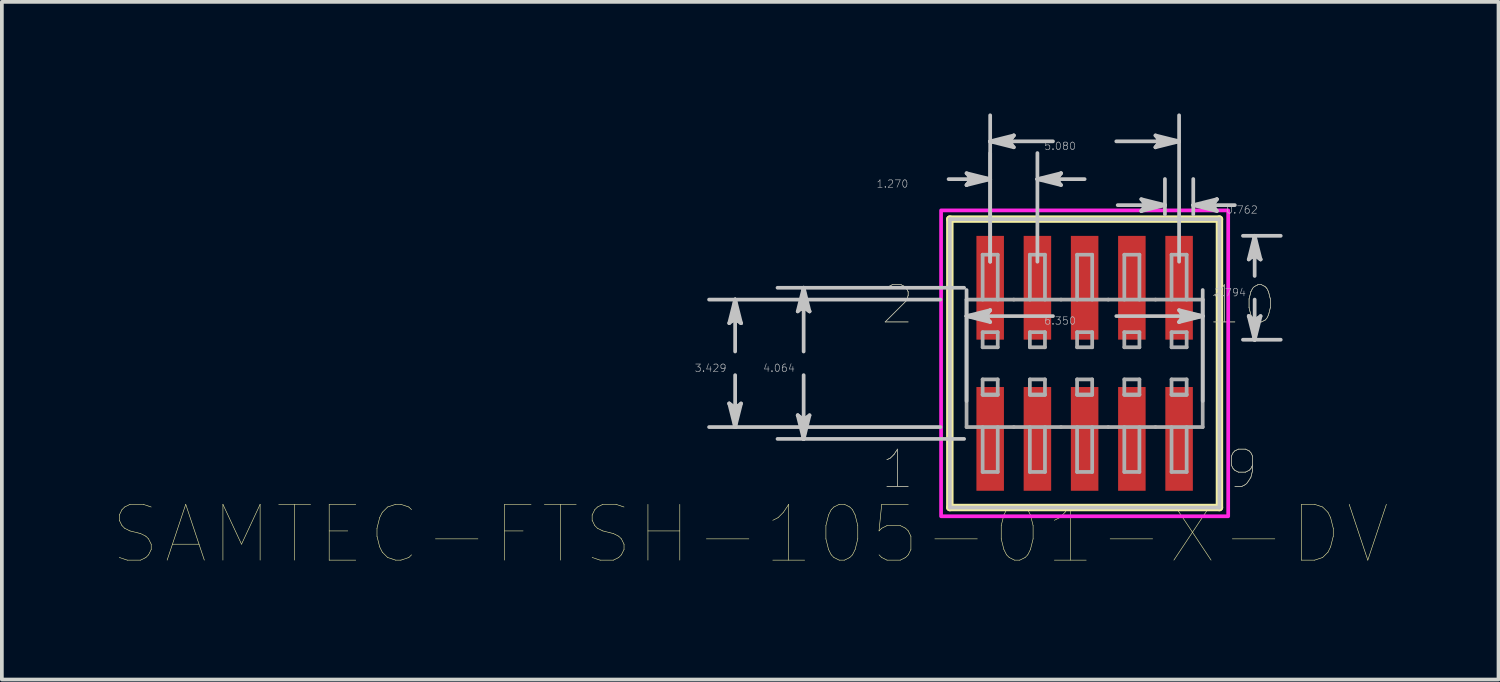
<source format=kicad_pcb>
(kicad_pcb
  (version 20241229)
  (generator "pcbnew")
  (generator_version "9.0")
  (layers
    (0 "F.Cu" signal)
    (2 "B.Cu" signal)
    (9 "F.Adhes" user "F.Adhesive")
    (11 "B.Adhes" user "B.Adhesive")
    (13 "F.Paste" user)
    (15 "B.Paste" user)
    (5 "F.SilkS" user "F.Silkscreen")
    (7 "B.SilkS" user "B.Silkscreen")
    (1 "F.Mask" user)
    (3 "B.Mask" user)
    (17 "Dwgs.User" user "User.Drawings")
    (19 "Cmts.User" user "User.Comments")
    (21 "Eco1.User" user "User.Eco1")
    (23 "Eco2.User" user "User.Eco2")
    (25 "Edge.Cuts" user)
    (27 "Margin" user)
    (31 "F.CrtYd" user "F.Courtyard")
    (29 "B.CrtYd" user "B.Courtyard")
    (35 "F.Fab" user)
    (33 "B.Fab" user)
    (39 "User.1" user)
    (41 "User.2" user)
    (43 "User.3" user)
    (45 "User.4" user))
  (footprint "SAMTEC-FTSH-105-01-X-DV"
    (layer "F.Cu")
    (at 26.116 6.72)
    (property "Reference" "SAMTEC-FTSH-105-01-X-DV" (at -8.993 4.599 0) (layer "F.SilkS") (effects (font (size 1.5 1.5) (thickness 0.015))))
    (attr through_hole)
    (fp_poly (pts (xy -2.961 -3.478) (xy -2.119 -3.478) (xy -2.119 -0.586) (xy -2.961 -0.586)) (stroke (width 0.01) (type solid)) (fill yes) (layer "F.Mask"))
    (fp_poly (pts (xy -2.961 0.586) (xy -2.119 0.586) (xy -2.119 3.478) (xy -2.961 3.478)) (stroke (width 0.01) (type solid)) (fill yes) (layer "F.Mask"))
    (fp_poly (pts (xy -1.691 -3.478) (xy -0.849 -3.478) (xy -0.849 -0.586) (xy -1.691 -0.586)) (stroke (width 0.01) (type solid)) (fill yes) (layer "F.Mask"))
    (fp_poly (pts (xy -1.691 0.586) (xy -0.849 0.586) (xy -0.849 3.478) (xy -1.691 3.478)) (stroke (width 0.01) (type solid)) (fill yes) (layer "F.Mask"))
    (fp_poly (pts (xy -0.421 -3.478) (xy 0.421 -3.478) (xy 0.421 -0.586) (xy -0.421 -0.586)) (stroke (width 0.01) (type solid)) (fill yes) (layer "F.Mask"))
    (fp_poly (pts (xy -0.421 0.586) (xy 0.421 0.586) (xy 0.421 3.478) (xy -0.421 3.478)) (stroke (width 0.01) (type solid)) (fill yes) (layer "F.Mask"))
    (fp_poly (pts (xy 0.849 -3.478) (xy 1.691 -3.478) (xy 1.691 -0.586) (xy 0.849 -0.586)) (stroke (width 0.01) (type solid)) (fill yes) (layer "F.Mask"))
    (fp_poly (pts (xy 0.849 0.586) (xy 1.691 0.586) (xy 1.691 3.478) (xy 0.849 3.478)) (stroke (width 0.01) (type solid)) (fill yes) (layer "F.Mask"))
    (fp_poly (pts (xy 2.119 -3.478) (xy 2.961 -3.478) (xy 2.961 -0.586) (xy 2.119 -0.586)) (stroke (width 0.01) (type solid)) (fill yes) (layer "F.Mask"))
    (fp_poly (pts (xy 2.119 0.586) (xy 2.961 0.586) (xy 2.961 3.478) (xy 2.119 3.478)) (stroke (width 0.01) (type solid)) (fill yes) (layer "F.Mask"))
    (fp_line (start -3.625 -3.878) (end -3.625 3.878) (stroke (width 0.2) (type solid)) (layer "F.SilkS"))
    (fp_line (start -3.625 3.878) (end 3.625 3.878) (stroke (width 0.2) (type solid)) (layer "F.SilkS"))
    (fp_line (start 3.625 -3.878) (end -3.625 -3.878) (stroke (width 0.2) (type solid)) (layer "F.SilkS"))
    (fp_line (start 3.625 3.878) (end 3.625 -3.878) (stroke (width 0.2) (type solid)) (layer "F.SilkS"))
    (fp_poly (pts (xy -2.91 -3.427) (xy -2.17 -3.427) (xy -2.17 -0.637) (xy -2.91 -0.637)) (stroke (width 0.01) (type solid)) (fill yes) (layer "F.Paste"))
    (fp_poly (pts (xy -2.91 0.637) (xy -2.17 0.637) (xy -2.17 3.427) (xy -2.91 3.427)) (stroke (width 0.01) (type solid)) (fill yes) (layer "F.Paste"))
    (fp_poly (pts (xy -1.64 -3.427) (xy -0.9 -3.427) (xy -0.9 -0.637) (xy -1.64 -0.637)) (stroke (width 0.01) (type solid)) (fill yes) (layer "F.Paste"))
    (fp_poly (pts (xy -1.64 0.637) (xy -0.9 0.637) (xy -0.9 3.427) (xy -1.64 3.427)) (stroke (width 0.01) (type solid)) (fill yes) (layer "F.Paste"))
    (fp_poly (pts (xy -0.37 -3.427) (xy 0.37 -3.427) (xy 0.37 -0.637) (xy -0.37 -0.637)) (stroke (width 0.01) (type solid)) (fill yes) (layer "F.Paste"))
    (fp_poly (pts (xy -0.37 0.637) (xy 0.37 0.637) (xy 0.37 3.427) (xy -0.37 3.427)) (stroke (width 0.01) (type solid)) (fill yes) (layer "F.Paste"))
    (fp_poly (pts (xy 0.9 -3.427) (xy 1.64 -3.427) (xy 1.64 -0.637) (xy 0.9 -0.637)) (stroke (width 0.01) (type solid)) (fill yes) (layer "F.Paste"))
    (fp_poly (pts (xy 0.9 0.637) (xy 1.64 0.637) (xy 1.64 3.427) (xy 0.9 3.427)) (stroke (width 0.01) (type solid)) (fill yes) (layer "F.Paste"))
    (fp_poly (pts (xy 2.17 -3.427) (xy 2.91 -3.427) (xy 2.91 -0.637) (xy 2.17 -0.637)) (stroke (width 0.01) (type solid)) (fill yes) (layer "F.Paste"))
    (fp_poly (pts (xy 2.17 0.637) (xy 2.91 0.637) (xy 2.91 3.427) (xy 2.17 3.427)) (stroke (width 0.01) (type solid)) (fill yes) (layer "F.Paste"))
    (fp_line (start -9.557 -1.08) (end -9.398 -1.206) (stroke (width 0.1) (type solid)) (layer "Dwgs.User"))
    (fp_line (start -9.557 1.08) (end -9.398 1.714) (stroke (width 0.1) (type solid)) (layer "Dwgs.User"))
    (fp_line (start -9.477 -1.143) (end -9.398 -1.206) (stroke (width 0.1) (type solid)) (layer "Dwgs.User"))
    (fp_line (start -9.477 1.143) (end -9.557 1.08) (stroke (width 0.1) (type solid)) (layer "Dwgs.User"))
    (fp_line (start -9.398 -1.714) (end -9.557 -1.08) (stroke (width 0.1) (type solid)) (layer "Dwgs.User"))
    (fp_line (start -9.398 -1.714) (end -9.477 -1.143) (stroke (width 0.1) (type solid)) (layer "Dwgs.User"))
    (fp_line (start -9.398 -1.714) (end -9.319 -1.143) (stroke (width 0.1) (type solid)) (layer "Dwgs.User"))
    (fp_line (start -9.398 -1.206) (end -9.398 -1.714) (stroke (width 0.1) (type solid)) (layer "Dwgs.User"))
    (fp_line (start -9.398 -1.206) (end -9.239 -1.08) (stroke (width 0.1) (type solid)) (layer "Dwgs.User"))
    (fp_line (start -9.398 -0.318) (end -9.398 -1.714) (stroke (width 0.1) (type solid)) (layer "Dwgs.User"))
    (fp_line (start -9.398 0.318) (end -9.398 1.714) (stroke (width 0.1) (type solid)) (layer "Dwgs.User"))
    (fp_line (start -9.398 1.206) (end -9.557 1.08) (stroke (width 0.1) (type solid)) (layer "Dwgs.User"))
    (fp_line (start -9.398 1.206) (end -9.398 1.714) (stroke (width 0.1) (type solid)) (layer "Dwgs.User"))
    (fp_line (start -9.398 1.714) (end -9.477 1.143) (stroke (width 0.1) (type solid)) (layer "Dwgs.User"))
    (fp_line (start -9.398 1.714) (end -9.319 1.143) (stroke (width 0.1) (type solid)) (layer "Dwgs.User"))
    (fp_line (start -9.398 1.714) (end -9.239 1.08) (stroke (width 0.1) (type solid)) (layer "Dwgs.User"))
    (fp_line (start -9.319 -1.143) (end -9.239 -1.08) (stroke (width 0.1) (type solid)) (layer "Dwgs.User"))
    (fp_line (start -9.319 1.143) (end -9.398 1.206) (stroke (width 0.1) (type solid)) (layer "Dwgs.User"))
    (fp_line (start -9.239 -1.08) (end -9.398 -1.714) (stroke (width 0.1) (type solid)) (layer "Dwgs.User"))
    (fp_line (start -9.239 1.08) (end -9.398 1.206) (stroke (width 0.1) (type solid)) (layer "Dwgs.User"))
    (fp_line (start -7.715 -1.397) (end -7.556 -1.524) (stroke (width 0.1) (type solid)) (layer "Dwgs.User"))
    (fp_line (start -7.715 1.397) (end -7.556 2.032) (stroke (width 0.1) (type solid)) (layer "Dwgs.User"))
    (fp_line (start -7.636 -1.46) (end -7.556 -1.524) (stroke (width 0.1) (type solid)) (layer "Dwgs.User"))
    (fp_line (start -7.636 1.46) (end -7.715 1.397) (stroke (width 0.1) (type solid)) (layer "Dwgs.User"))
    (fp_line (start -7.556 -2.032) (end -7.715 -1.397) (stroke (width 0.1) (type solid)) (layer "Dwgs.User"))
    (fp_line (start -7.556 -2.032) (end -7.636 -1.46) (stroke (width 0.1) (type solid)) (layer "Dwgs.User"))
    (fp_line (start -7.556 -2.032) (end -7.477 -1.46) (stroke (width 0.1) (type solid)) (layer "Dwgs.User"))
    (fp_line (start -7.556 -1.524) (end -7.556 -2.032) (stroke (width 0.1) (type solid)) (layer "Dwgs.User"))
    (fp_line (start -7.556 -1.524) (end -7.398 -1.397) (stroke (width 0.1) (type solid)) (layer "Dwgs.User"))
    (fp_line (start -7.556 -0.318) (end -7.556 -2.032) (stroke (width 0.1) (type solid)) (layer "Dwgs.User"))
    (fp_line (start -7.556 0.318) (end -7.556 2.032) (stroke (width 0.1) (type solid)) (layer "Dwgs.User"))
    (fp_line (start -7.556 1.524) (end -7.715 1.397) (stroke (width 0.1) (type solid)) (layer "Dwgs.User"))
    (fp_line (start -7.556 1.524) (end -7.556 2.032) (stroke (width 0.1) (type solid)) (layer "Dwgs.User"))
    (fp_line (start -7.556 2.032) (end -7.636 1.46) (stroke (width 0.1) (type solid)) (layer "Dwgs.User"))
    (fp_line (start -7.556 2.032) (end -7.477 1.46) (stroke (width 0.1) (type solid)) (layer "Dwgs.User"))
    (fp_line (start -7.556 2.032) (end -7.398 1.397) (stroke (width 0.1) (type solid)) (layer "Dwgs.User"))
    (fp_line (start -7.477 -1.46) (end -7.398 -1.397) (stroke (width 0.1) (type solid)) (layer "Dwgs.User"))
    (fp_line (start -7.477 1.46) (end -7.556 1.524) (stroke (width 0.1) (type solid)) (layer "Dwgs.User"))
    (fp_line (start -7.398 -1.397) (end -7.556 -2.032) (stroke (width 0.1) (type solid)) (layer "Dwgs.User"))
    (fp_line (start -7.398 1.397) (end -7.556 1.524) (stroke (width 0.1) (type solid)) (layer "Dwgs.User"))
    (fp_line (start -3.876 -1.714) (end -10.099 -1.714) (stroke (width 0.1) (type solid)) (layer "Dwgs.User"))
    (fp_line (start -3.876 1.714) (end -10.099 1.714) (stroke (width 0.1) (type solid)) (layer "Dwgs.User"))
    (fp_line (start -3.658 -4.953) (end -2.54 -4.953) (stroke (width 0.1) (type solid)) (layer "Dwgs.User"))
    (fp_line (start -3.625 -3.878) (end -3.625 3.878) (stroke (width 0.1) (type solid)) (layer "Dwgs.User"))
    (fp_line (start -3.625 3.878) (end 3.625 3.878) (stroke (width 0.1) (type solid)) (layer "Dwgs.User"))
    (fp_line (start -3.241 -2.032) (end -8.258 -2.032) (stroke (width 0.1) (type solid)) (layer "Dwgs.User"))
    (fp_line (start -3.241 2.032) (end -8.258 2.032) (stroke (width 0.1) (type solid)) (layer "Dwgs.User"))
    (fp_line (start -3.175 -5.112) (end -3.048 -4.953) (stroke (width 0.1) (type solid)) (layer "Dwgs.User"))
    (fp_line (start -3.175 -4.794) (end -2.54 -4.953) (stroke (width 0.1) (type solid)) (layer "Dwgs.User"))
    (fp_line (start -3.175 -1.27) (end -2.604 -1.349) (stroke (width 0.1) (type solid)) (layer "Dwgs.User"))
    (fp_line (start -3.175 -1.27) (end -2.604 -1.191) (stroke (width 0.1) (type solid)) (layer "Dwgs.User"))
    (fp_line (start -3.175 -1.27) (end -2.54 -1.111) (stroke (width 0.1) (type solid)) (layer "Dwgs.User"))
    (fp_line (start -3.175 1.013) (end -3.175 -1.971) (stroke (width 0.1) (type solid)) (layer "Dwgs.User"))
    (fp_line (start -3.112 -5.032) (end -3.048 -4.953) (stroke (width 0.1) (type solid)) (layer "Dwgs.User"))
    (fp_line (start -3.112 -4.874) (end -3.175 -4.794) (stroke (width 0.1) (type solid)) (layer "Dwgs.User"))
    (fp_line (start -3.048 -4.953) (end -3.175 -4.794) (stroke (width 0.1) (type solid)) (layer "Dwgs.User"))
    (fp_line (start -3.048 -4.953) (end -2.54 -4.953) (stroke (width 0.1) (type solid)) (layer "Dwgs.User"))
    (fp_line (start -2.667 -1.27) (end -3.175 -1.27) (stroke (width 0.1) (type solid)) (layer "Dwgs.User"))
    (fp_line (start -2.667 -1.27) (end -2.54 -1.429) (stroke (width 0.1) (type solid)) (layer "Dwgs.User"))
    (fp_line (start -2.604 -1.349) (end -2.54 -1.429) (stroke (width 0.1) (type solid)) (layer "Dwgs.User"))
    (fp_line (start -2.604 -1.191) (end -2.667 -1.27) (stroke (width 0.1) (type solid)) (layer "Dwgs.User"))
    (fp_line (start -2.54 -5.969) (end -1.968 -6.048) (stroke (width 0.1) (type solid)) (layer "Dwgs.User"))
    (fp_line (start -2.54 -5.969) (end -1.968 -5.89) (stroke (width 0.1) (type solid)) (layer "Dwgs.User"))
    (fp_line (start -2.54 -5.969) (end -1.905 -5.81) (stroke (width 0.1) (type solid)) (layer "Dwgs.User"))
    (fp_line (start -2.54 -4.953) (end -3.175 -5.112) (stroke (width 0.1) (type solid)) (layer "Dwgs.User"))
    (fp_line (start -2.54 -4.953) (end -3.112 -5.032) (stroke (width 0.1) (type solid)) (layer "Dwgs.User"))
    (fp_line (start -2.54 -4.953) (end -3.112 -4.874) (stroke (width 0.1) (type solid)) (layer "Dwgs.User"))
    (fp_line (start -2.54 -2.733) (end -2.54 -6.67) (stroke (width 0.1) (type solid)) (layer "Dwgs.User"))
    (fp_line (start -2.54 -2.733) (end -2.54 -5.654) (stroke (width 0.1) (type solid)) (layer "Dwgs.User"))
    (fp_line (start -2.54 -1.429) (end -3.175 -1.27) (stroke (width 0.1) (type solid)) (layer "Dwgs.User"))
    (fp_line (start -2.54 -1.111) (end -2.667 -1.27) (stroke (width 0.1) (type solid)) (layer "Dwgs.User"))
    (fp_line (start -2.032 -5.969) (end -2.54 -5.969) (stroke (width 0.1) (type solid)) (layer "Dwgs.User"))
    (fp_line (start -2.032 -5.969) (end -1.905 -6.128) (stroke (width 0.1) (type solid)) (layer "Dwgs.User"))
    (fp_line (start -1.968 -6.048) (end -1.905 -6.128) (stroke (width 0.1) (type solid)) (layer "Dwgs.User"))
    (fp_line (start -1.968 -5.89) (end -2.032 -5.969) (stroke (width 0.1) (type solid)) (layer "Dwgs.User"))
    (fp_line (start -1.905 -6.128) (end -2.54 -5.969) (stroke (width 0.1) (type solid)) (layer "Dwgs.User"))
    (fp_line (start -1.905 -5.81) (end -2.032 -5.969) (stroke (width 0.1) (type solid)) (layer "Dwgs.User"))
    (fp_line (start -1.27 -4.953) (end -0.698 -5.032) (stroke (width 0.1) (type solid)) (layer "Dwgs.User"))
    (fp_line (start -1.27 -4.953) (end -0.698 -4.874) (stroke (width 0.1) (type solid)) (layer "Dwgs.User"))
    (fp_line (start -1.27 -4.953) (end -0.635 -4.794) (stroke (width 0.1) (type solid)) (layer "Dwgs.User"))
    (fp_line (start -1.27 -2.733) (end -1.27 -5.654) (stroke (width 0.1) (type solid)) (layer "Dwgs.User"))
    (fp_line (start -0.851 -5.969) (end -2.54 -5.969) (stroke (width 0.1) (type solid)) (layer "Dwgs.User"))
    (fp_line (start -0.851 -1.27) (end -3.175 -1.27) (stroke (width 0.1) (type solid)) (layer "Dwgs.User"))
    (fp_line (start -0.762 -4.953) (end -1.27 -4.953) (stroke (width 0.1) (type solid)) (layer "Dwgs.User"))
    (fp_line (start -0.762 -4.953) (end -0.635 -5.112) (stroke (width 0.1) (type solid)) (layer "Dwgs.User"))
    (fp_line (start -0.698 -5.032) (end -0.635 -5.112) (stroke (width 0.1) (type solid)) (layer "Dwgs.User"))
    (fp_line (start -0.698 -4.874) (end -0.762 -4.953) (stroke (width 0.1) (type solid)) (layer "Dwgs.User"))
    (fp_line (start -0.635 -5.112) (end -1.27 -4.953) (stroke (width 0.1) (type solid)) (layer "Dwgs.User"))
    (fp_line (start -0.635 -4.794) (end -0.762 -4.953) (stroke (width 0.1) (type solid)) (layer "Dwgs.User"))
    (fp_line (start 0 -4.953) (end -1.27 -4.953) (stroke (width 0.1) (type solid)) (layer "Dwgs.User"))
    (fp_line (start 0.851 -5.969) (end 2.54 -5.969) (stroke (width 0.1) (type solid)) (layer "Dwgs.User"))
    (fp_line (start 0.851 -1.27) (end 3.175 -1.27) (stroke (width 0.1) (type solid)) (layer "Dwgs.User"))
    (fp_line (start 0.889 -4.254) (end 2.159 -4.254) (stroke (width 0.1) (type solid)) (layer "Dwgs.User"))
    (fp_line (start 1.524 -4.413) (end 1.651 -4.254) (stroke (width 0.1) (type solid)) (layer "Dwgs.User"))
    (fp_line (start 1.524 -4.096) (end 2.159 -4.254) (stroke (width 0.1) (type solid)) (layer "Dwgs.User"))
    (fp_line (start 1.588 -4.334) (end 1.651 -4.254) (stroke (width 0.1) (type solid)) (layer "Dwgs.User"))
    (fp_line (start 1.588 -4.175) (end 1.524 -4.096) (stroke (width 0.1) (type solid)) (layer "Dwgs.User"))
    (fp_line (start 1.651 -4.254) (end 1.524 -4.096) (stroke (width 0.1) (type solid)) (layer "Dwgs.User"))
    (fp_line (start 1.651 -4.254) (end 2.159 -4.254) (stroke (width 0.1) (type solid)) (layer "Dwgs.User"))
    (fp_line (start 1.905 -6.128) (end 2.032 -5.969) (stroke (width 0.1) (type solid)) (layer "Dwgs.User"))
    (fp_line (start 1.905 -5.81) (end 2.54 -5.969) (stroke (width 0.1) (type solid)) (layer "Dwgs.User"))
    (fp_line (start 1.968 -6.048) (end 2.032 -5.969) (stroke (width 0.1) (type solid)) (layer "Dwgs.User"))
    (fp_line (start 1.968 -5.89) (end 1.905 -5.81) (stroke (width 0.1) (type solid)) (layer "Dwgs.User"))
    (fp_line (start 2.032 -5.969) (end 1.905 -5.81) (stroke (width 0.1) (type solid)) (layer "Dwgs.User"))
    (fp_line (start 2.032 -5.969) (end 2.54 -5.969) (stroke (width 0.1) (type solid)) (layer "Dwgs.User"))
    (fp_line (start 2.159 -4.254) (end 1.524 -4.413) (stroke (width 0.1) (type solid)) (layer "Dwgs.User"))
    (fp_line (start 2.159 -4.254) (end 1.588 -4.334) (stroke (width 0.1) (type solid)) (layer "Dwgs.User"))
    (fp_line (start 2.159 -4.254) (end 1.588 -4.175) (stroke (width 0.1) (type solid)) (layer "Dwgs.User"))
    (fp_line (start 2.159 -4.003) (end 2.159 -4.956) (stroke (width 0.1) (type solid)) (layer "Dwgs.User"))
    (fp_line (start 2.54 -5.969) (end 1.905 -6.128) (stroke (width 0.1) (type solid)) (layer "Dwgs.User"))
    (fp_line (start 2.54 -5.969) (end 1.968 -6.048) (stroke (width 0.1) (type solid)) (layer "Dwgs.User"))
    (fp_line (start 2.54 -5.969) (end 1.968 -5.89) (stroke (width 0.1) (type solid)) (layer "Dwgs.User"))
    (fp_line (start 2.54 -2.733) (end 2.54 -6.67) (stroke (width 0.1) (type solid)) (layer "Dwgs.User"))
    (fp_line (start 2.54 -1.429) (end 2.667 -1.27) (stroke (width 0.1) (type solid)) (layer "Dwgs.User"))
    (fp_line (start 2.54 -1.111) (end 3.175 -1.27) (stroke (width 0.1) (type solid)) (layer "Dwgs.User"))
    (fp_line (start 2.604 -1.349) (end 2.667 -1.27) (stroke (width 0.1) (type solid)) (layer "Dwgs.User"))
    (fp_line (start 2.604 -1.191) (end 2.54 -1.111) (stroke (width 0.1) (type solid)) (layer "Dwgs.User"))
    (fp_line (start 2.667 -1.27) (end 2.54 -1.111) (stroke (width 0.1) (type solid)) (layer "Dwgs.User"))
    (fp_line (start 2.667 -1.27) (end 3.175 -1.27) (stroke (width 0.1) (type solid)) (layer "Dwgs.User"))
    (fp_line (start 2.921 -4.254) (end 3.492 -4.334) (stroke (width 0.1) (type solid)) (layer "Dwgs.User"))
    (fp_line (start 2.921 -4.254) (end 3.492 -4.175) (stroke (width 0.1) (type solid)) (layer "Dwgs.User"))
    (fp_line (start 2.921 -4.254) (end 3.556 -4.096) (stroke (width 0.1) (type solid)) (layer "Dwgs.User"))
    (fp_line (start 2.921 -4.003) (end 2.921 -4.956) (stroke (width 0.1) (type solid)) (layer "Dwgs.User"))
    (fp_line (start 3.175 -1.27) (end 2.54 -1.429) (stroke (width 0.1) (type solid)) (layer "Dwgs.User"))
    (fp_line (start 3.175 -1.27) (end 2.604 -1.349) (stroke (width 0.1) (type solid)) (layer "Dwgs.User"))
    (fp_line (start 3.175 -1.27) (end 2.604 -1.191) (stroke (width 0.1) (type solid)) (layer "Dwgs.User"))
    (fp_line (start 3.175 1.013) (end 3.175 -1.971) (stroke (width 0.1) (type solid)) (layer "Dwgs.User"))
    (fp_line (start 3.429 -4.254) (end 2.921 -4.254) (stroke (width 0.1) (type solid)) (layer "Dwgs.User"))
    (fp_line (start 3.429 -4.254) (end 3.556 -4.413) (stroke (width 0.1) (type solid)) (layer "Dwgs.User"))
    (fp_line (start 3.492 -4.334) (end 3.556 -4.413) (stroke (width 0.1) (type solid)) (layer "Dwgs.User"))
    (fp_line (start 3.492 -4.175) (end 3.429 -4.254) (stroke (width 0.1) (type solid)) (layer "Dwgs.User"))
    (fp_line (start 3.556 -4.413) (end 2.921 -4.254) (stroke (width 0.1) (type solid)) (layer "Dwgs.User"))
    (fp_line (start 3.556 -4.096) (end 3.429 -4.254) (stroke (width 0.1) (type solid)) (layer "Dwgs.User"))
    (fp_line (start 3.625 -3.878) (end -3.625 -3.878) (stroke (width 0.1) (type solid)) (layer "Dwgs.User"))
    (fp_line (start 3.625 3.878) (end 3.625 -3.878) (stroke (width 0.1) (type solid)) (layer "Dwgs.User"))
    (fp_line (start 4.039 -4.254) (end 2.921 -4.254) (stroke (width 0.1) (type solid)) (layer "Dwgs.User"))
    (fp_line (start 4.257 -3.429) (end 5.273 -3.429) (stroke (width 0.1) (type solid)) (layer "Dwgs.User"))
    (fp_line (start 4.257 -0.635) (end 5.273 -0.635) (stroke (width 0.1) (type solid)) (layer "Dwgs.User"))
    (fp_line (start 4.413 -2.794) (end 4.572 -2.921) (stroke (width 0.1) (type solid)) (layer "Dwgs.User"))
    (fp_line (start 4.413 -1.27) (end 4.572 -0.635) (stroke (width 0.1) (type solid)) (layer "Dwgs.User"))
    (fp_line (start 4.493 -2.858) (end 4.572 -2.921) (stroke (width 0.1) (type solid)) (layer "Dwgs.User"))
    (fp_line (start 4.493 -1.206) (end 4.413 -1.27) (stroke (width 0.1) (type solid)) (layer "Dwgs.User"))
    (fp_line (start 4.572 -3.429) (end 4.413 -2.794) (stroke (width 0.1) (type solid)) (layer "Dwgs.User"))
    (fp_line (start 4.572 -3.429) (end 4.493 -2.858) (stroke (width 0.1) (type solid)) (layer "Dwgs.User"))
    (fp_line (start 4.572 -3.429) (end 4.651 -2.858) (stroke (width 0.1) (type solid)) (layer "Dwgs.User"))
    (fp_line (start 4.572 -2.921) (end 4.572 -3.429) (stroke (width 0.1) (type solid)) (layer "Dwgs.User"))
    (fp_line (start 4.572 -2.921) (end 4.731 -2.794) (stroke (width 0.1) (type solid)) (layer "Dwgs.User"))
    (fp_line (start 4.572 -2.35) (end 4.572 -3.429) (stroke (width 0.1) (type solid)) (layer "Dwgs.User"))
    (fp_line (start 4.572 -1.714) (end 4.572 -0.635) (stroke (width 0.1) (type solid)) (layer "Dwgs.User"))
    (fp_line (start 4.572 -1.143) (end 4.413 -1.27) (stroke (width 0.1) (type solid)) (layer "Dwgs.User"))
    (fp_line (start 4.572 -1.143) (end 4.572 -0.635) (stroke (width 0.1) (type solid)) (layer "Dwgs.User"))
    (fp_line (start 4.572 -0.635) (end 4.493 -1.206) (stroke (width 0.1) (type solid)) (layer "Dwgs.User"))
    (fp_line (start 4.572 -0.635) (end 4.651 -1.206) (stroke (width 0.1) (type solid)) (layer "Dwgs.User"))
    (fp_line (start 4.572 -0.635) (end 4.731 -1.27) (stroke (width 0.1) (type solid)) (layer "Dwgs.User"))
    (fp_line (start 4.651 -2.858) (end 4.731 -2.794) (stroke (width 0.1) (type solid)) (layer "Dwgs.User"))
    (fp_line (start 4.651 -1.206) (end 4.572 -1.143) (stroke (width 0.1) (type solid)) (layer "Dwgs.User"))
    (fp_line (start 4.731 -2.794) (end 4.572 -3.429) (stroke (width 0.1) (type solid)) (layer "Dwgs.User"))
    (fp_line (start 4.731 -1.27) (end 4.572 -1.143) (stroke (width 0.1) (type solid)) (layer "Dwgs.User"))
    (fp_poly (pts (xy -3.86 4.113) (xy -3.86 -4.113) (xy 3.86 -4.113) (xy 3.86 4.113) (xy -3.86 4.113)) (stroke (width 0.1) (type solid)) (fill no) (layer "F.CrtYd"))
    (fp_line (start -3.175 -1.714) (end -3.175 1.714) (stroke (width 0.1) (type solid)) (layer "F.Fab"))
    (fp_line (start -3.175 1.714) (end -1.905 1.714) (stroke (width 0.1) (type solid)) (layer "F.Fab"))
    (fp_line (start -2.743 -1.714) (end -2.743 -2.921) (stroke (width 0.1) (type solid)) (layer "F.Fab"))
    (fp_line (start -2.743 -0.432) (end -2.743 -0.838) (stroke (width 0.1) (type solid)) (layer "F.Fab"))
    (fp_line (start -2.743 0.838) (end -2.743 0.432) (stroke (width 0.1) (type solid)) (layer "F.Fab"))
    (fp_line (start -2.743 0.851) (end -2.337 0.851) (stroke (width 0.1) (type solid)) (layer "F.Fab"))
    (fp_line (start -2.743 2.921) (end -2.743 1.714) (stroke (width 0.1) (type solid)) (layer "F.Fab"))
    (fp_line (start -2.337 -2.921) (end -2.743 -2.921) (stroke (width 0.1) (type solid)) (layer "F.Fab"))
    (fp_line (start -2.337 -2.921) (end -2.337 -1.714) (stroke (width 0.1) (type solid)) (layer "F.Fab"))
    (fp_line (start -2.337 -0.838) (end -2.743 -0.838) (stroke (width 0.1) (type solid)) (layer "F.Fab"))
    (fp_line (start -2.337 -0.432) (end -2.743 -0.432) (stroke (width 0.1) (type solid)) (layer "F.Fab"))
    (fp_line (start -2.337 -0.432) (end -2.337 -0.838) (stroke (width 0.1) (type solid)) (layer "F.Fab"))
    (fp_line (start -2.337 0.432) (end -2.743 0.432) (stroke (width 0.1) (type solid)) (layer "F.Fab"))
    (fp_line (start -2.337 0.838) (end -2.743 0.838) (stroke (width 0.1) (type solid)) (layer "F.Fab"))
    (fp_line (start -2.337 0.838) (end -2.337 0.432) (stroke (width 0.1) (type solid)) (layer "F.Fab"))
    (fp_line (start -2.337 1.714) (end -2.337 2.921) (stroke (width 0.1) (type solid)) (layer "F.Fab"))
    (fp_line (start -2.337 2.921) (end -2.743 2.921) (stroke (width 0.1) (type solid)) (layer "F.Fab"))
    (fp_line (start -1.905 -1.714) (end -3.175 -1.714) (stroke (width 0.1) (type solid)) (layer "F.Fab"))
    (fp_line (start -1.905 1.714) (end -0.635 1.714) (stroke (width 0.1) (type solid)) (layer "F.Fab"))
    (fp_line (start -1.473 -1.714) (end -1.473 -2.921) (stroke (width 0.1) (type solid)) (layer "F.Fab"))
    (fp_line (start -1.473 -0.432) (end -1.473 -0.838) (stroke (width 0.1) (type solid)) (layer "F.Fab"))
    (fp_line (start -1.473 0.838) (end -1.473 0.432) (stroke (width 0.1) (type solid)) (layer "F.Fab"))
    (fp_line (start -1.473 0.851) (end -1.067 0.851) (stroke (width 0.1) (type solid)) (layer "F.Fab"))
    (fp_line (start -1.473 2.921) (end -1.473 1.714) (stroke (width 0.1) (type solid)) (layer "F.Fab"))
    (fp_line (start -1.067 -2.921) (end -1.473 -2.921) (stroke (width 0.1) (type solid)) (layer "F.Fab"))
    (fp_line (start -1.067 -2.921) (end -1.067 -1.714) (stroke (width 0.1) (type solid)) (layer "F.Fab"))
    (fp_line (start -1.067 -0.838) (end -1.473 -0.838) (stroke (width 0.1) (type solid)) (layer "F.Fab"))
    (fp_line (start -1.067 -0.432) (end -1.473 -0.432) (stroke (width 0.1) (type solid)) (layer "F.Fab"))
    (fp_line (start -1.067 -0.432) (end -1.067 -0.838) (stroke (width 0.1) (type solid)) (layer "F.Fab"))
    (fp_line (start -1.067 0.432) (end -1.473 0.432) (stroke (width 0.1) (type solid)) (layer "F.Fab"))
    (fp_line (start -1.067 0.838) (end -1.473 0.838) (stroke (width 0.1) (type solid)) (layer "F.Fab"))
    (fp_line (start -1.067 0.838) (end -1.067 0.432) (stroke (width 0.1) (type solid)) (layer "F.Fab"))
    (fp_line (start -1.067 1.714) (end -1.067 2.921) (stroke (width 0.1) (type solid)) (layer "F.Fab"))
    (fp_line (start -1.067 2.921) (end -1.473 2.921) (stroke (width 0.1) (type solid)) (layer "F.Fab"))
    (fp_line (start -0.635 -1.714) (end -1.905 -1.714) (stroke (width 0.1) (type solid)) (layer "F.Fab"))
    (fp_line (start -0.635 1.714) (end 0.635 1.714) (stroke (width 0.1) (type solid)) (layer "F.Fab"))
    (fp_line (start -0.203 -1.714) (end -0.203 -2.921) (stroke (width 0.1) (type solid)) (layer "F.Fab"))
    (fp_line (start -0.203 -0.432) (end -0.203 -0.838) (stroke (width 0.1) (type solid)) (layer "F.Fab"))
    (fp_line (start -0.203 0.838) (end -0.203 0.432) (stroke (width 0.1) (type solid)) (layer "F.Fab"))
    (fp_line (start -0.203 0.851) (end 0.203 0.851) (stroke (width 0.1) (type solid)) (layer "F.Fab"))
    (fp_line (start -0.203 2.921) (end -0.203 1.714) (stroke (width 0.1) (type solid)) (layer "F.Fab"))
    (fp_line (start 0.203 -2.921) (end -0.203 -2.921) (stroke (width 0.1) (type solid)) (layer "F.Fab"))
    (fp_line (start 0.203 -2.921) (end 0.203 -1.714) (stroke (width 0.1) (type solid)) (layer "F.Fab"))
    (fp_line (start 0.203 -0.838) (end -0.203 -0.838) (stroke (width 0.1) (type solid)) (layer "F.Fab"))
    (fp_line (start 0.203 -0.432) (end -0.203 -0.432) (stroke (width 0.1) (type solid)) (layer "F.Fab"))
    (fp_line (start 0.203 -0.432) (end 0.203 -0.838) (stroke (width 0.1) (type solid)) (layer "F.Fab"))
    (fp_line (start 0.203 0.432) (end -0.203 0.432) (stroke (width 0.1) (type solid)) (layer "F.Fab"))
    (fp_line (start 0.203 0.838) (end -0.203 0.838) (stroke (width 0.1) (type solid)) (layer "F.Fab"))
    (fp_line (start 0.203 0.838) (end 0.203 0.432) (stroke (width 0.1) (type solid)) (layer "F.Fab"))
    (fp_line (start 0.203 1.714) (end 0.203 2.921) (stroke (width 0.1) (type solid)) (layer "F.Fab"))
    (fp_line (start 0.203 2.921) (end -0.203 2.921) (stroke (width 0.1) (type solid)) (layer "F.Fab"))
    (fp_line (start 0.635 -1.714) (end -0.635 -1.714) (stroke (width 0.1) (type solid)) (layer "F.Fab"))
    (fp_line (start 0.635 1.714) (end 1.905 1.714) (stroke (width 0.1) (type solid)) (layer "F.Fab"))
    (fp_line (start 1.067 -1.714) (end 1.067 -2.921) (stroke (width 0.1) (type solid)) (layer "F.Fab"))
    (fp_line (start 1.067 -0.432) (end 1.067 -0.838) (stroke (width 0.1) (type solid)) (layer "F.Fab"))
    (fp_line (start 1.067 0.838) (end 1.067 0.432) (stroke (width 0.1) (type solid)) (layer "F.Fab"))
    (fp_line (start 1.067 0.851) (end 1.473 0.851) (stroke (width 0.1) (type solid)) (layer "F.Fab"))
    (fp_line (start 1.067 2.921) (end 1.067 1.714) (stroke (width 0.1) (type solid)) (layer "F.Fab"))
    (fp_line (start 1.473 -2.921) (end 1.067 -2.921) (stroke (width 0.1) (type solid)) (layer "F.Fab"))
    (fp_line (start 1.473 -2.921) (end 1.473 -1.714) (stroke (width 0.1) (type solid)) (layer "F.Fab"))
    (fp_line (start 1.473 -0.838) (end 1.067 -0.838) (stroke (width 0.1) (type solid)) (layer "F.Fab"))
    (fp_line (start 1.473 -0.432) (end 1.067 -0.432) (stroke (width 0.1) (type solid)) (layer "F.Fab"))
    (fp_line (start 1.473 -0.432) (end 1.473 -0.838) (stroke (width 0.1) (type solid)) (layer "F.Fab"))
    (fp_line (start 1.473 0.432) (end 1.067 0.432) (stroke (width 0.1) (type solid)) (layer "F.Fab"))
    (fp_line (start 1.473 0.838) (end 1.067 0.838) (stroke (width 0.1) (type solid)) (layer "F.Fab"))
    (fp_line (start 1.473 0.838) (end 1.473 0.432) (stroke (width 0.1) (type solid)) (layer "F.Fab"))
    (fp_line (start 1.473 1.714) (end 1.473 2.921) (stroke (width 0.1) (type solid)) (layer "F.Fab"))
    (fp_line (start 1.473 2.921) (end 1.067 2.921) (stroke (width 0.1) (type solid)) (layer "F.Fab"))
    (fp_line (start 1.905 -1.714) (end 0.635 -1.714) (stroke (width 0.1) (type solid)) (layer "F.Fab"))
    (fp_line (start 1.905 1.714) (end 3.175 1.714) (stroke (width 0.1) (type solid)) (layer "F.Fab"))
    (fp_line (start 2.337 -1.714) (end 2.337 -2.921) (stroke (width 0.1) (type solid)) (layer "F.Fab"))
    (fp_line (start 2.337 -0.432) (end 2.337 -0.838) (stroke (width 0.1) (type solid)) (layer "F.Fab"))
    (fp_line (start 2.337 0.838) (end 2.337 0.432) (stroke (width 0.1) (type solid)) (layer "F.Fab"))
    (fp_line (start 2.337 0.851) (end 2.743 0.851) (stroke (width 0.1) (type solid)) (layer "F.Fab"))
    (fp_line (start 2.337 2.921) (end 2.337 1.714) (stroke (width 0.1) (type solid)) (layer "F.Fab"))
    (fp_line (start 2.743 -2.921) (end 2.337 -2.921) (stroke (width 0.1) (type solid)) (layer "F.Fab"))
    (fp_line (start 2.743 -2.921) (end 2.743 -1.714) (stroke (width 0.1) (type solid)) (layer "F.Fab"))
    (fp_line (start 2.743 -0.838) (end 2.337 -0.838) (stroke (width 0.1) (type solid)) (layer "F.Fab"))
    (fp_line (start 2.743 -0.432) (end 2.337 -0.432) (stroke (width 0.1) (type solid)) (layer "F.Fab"))
    (fp_line (start 2.743 -0.432) (end 2.743 -0.838) (stroke (width 0.1) (type solid)) (layer "F.Fab"))
    (fp_line (start 2.743 0.432) (end 2.337 0.432) (stroke (width 0.1) (type solid)) (layer "F.Fab"))
    (fp_line (start 2.743 0.838) (end 2.337 0.838) (stroke (width 0.1) (type solid)) (layer "F.Fab"))
    (fp_line (start 2.743 0.838) (end 2.743 0.432) (stroke (width 0.1) (type solid)) (layer "F.Fab"))
    (fp_line (start 2.743 1.714) (end 2.743 2.921) (stroke (width 0.1) (type solid)) (layer "F.Fab"))
    (fp_line (start 2.743 2.921) (end 2.337 2.921) (stroke (width 0.1) (type solid)) (layer "F.Fab"))
    (fp_line (start 3.175 -1.714) (end 1.905 -1.714) (stroke (width 0.1) (type solid)) (layer "F.Fab"))
    (fp_line (start 3.175 1.714) (end 3.175 -1.714) (stroke (width 0.1) (type solid)) (layer "F.Fab"))
    (fp_text user "9" (at 4.231 2.845 0) (layer "F.SilkS") (effects (font (size 1 1) (thickness 0.015))))
    (fp_text user "10" (at 4.231 -1.575 0) (layer "F.SilkS") (effects (font (size 1 1) (thickness 0.015))))
    (fp_text user "1" (at -5.031 2.845 0) (layer "F.SilkS") (effects (font (size 1 1) (thickness 0.015))))
    (fp_text user "2" (at -5.031 -1.575 0) (layer "F.SilkS") (effects (font (size 1 1) (thickness 0.015))))
    (fp_text user "0.762" (at 4.229 -4.128 0) (layer "Dwgs.User") (effects (font (size 0.2 0.2) (thickness 0.015))))
    (fp_text user "4.064" (at -8.217 0.127 0) (layer "Dwgs.User") (effects (font (size 0.2 0.2) (thickness 0.015))))
    (fp_text user "2.794" (at 3.912 -1.905 0) (layer "Dwgs.User") (effects (font (size 0.2 0.2) (thickness 0.015))))
    (fp_text user "3.429" (at -10.058 0.127 0) (layer "Dwgs.User") (effects (font (size 0.2 0.2) (thickness 0.015))))
    (fp_text user "1.270" (at -5.169 -4.826 0) (layer "Dwgs.User") (effects (font (size 0.2 0.2) (thickness 0.015))))
    (fp_text user "6.350" (at -0.66 -1.143 0) (layer "Dwgs.User") (effects (font (size 0.2 0.2) (thickness 0.015))))
    (fp_text user "5.080" (at -0.66 -5.842 0) (layer "Dwgs.User") (effects (font (size 0.2 0.2) (thickness 0.015))))
    (fp_text user "10" (at 4.231 -1.575 0) (layer "F.Fab") (effects (font (size 1 1) (thickness 0.015))))
    (fp_text user "1" (at -5.031 2.845 0) (layer "F.Fab") (effects (font (size 1 1) (thickness 0.015))))
    (fp_text user "2" (at -5.031 -1.575 0) (layer "F.Fab") (effects (font (size 1 1) (thickness 0.015))))
    (fp_text user "9" (at 4.231 2.845 0) (layer "F.Fab") (effects (font (size 1 1) (thickness 0.015))))
    (pad "1" smd rect (at -2.54 2.032) (size 0.74 2.79) (layers "F.Cu" "F.Paste"))
    (pad "2" smd rect (at -2.54 -2.032) (size 0.74 2.79) (layers "F.Cu" "F.Paste"))
    (pad "3" smd rect (at -1.27 2.032) (size 0.74 2.79) (layers "F.Cu" "F.Paste"))
    (pad "4" smd rect (at -1.27 -2.032) (size 0.74 2.79) (layers "F.Cu" "F.Paste"))
    (pad "5" smd rect (at 0 2.032) (size 0.74 2.79) (layers "F.Cu" "F.Paste"))
    (pad "6" smd rect (at 0 -2.032) (size 0.74 2.79) (layers "F.Cu" "F.Paste"))
    (pad "7" smd rect (at 1.27 2.032) (size 0.74 2.79) (layers "F.Cu" "F.Paste"))
    (pad "8" smd rect (at 1.27 -2.032) (size 0.74 2.79) (layers "F.Cu" "F.Paste"))
    (pad "9" smd rect (at 2.54 2.032) (size 0.74 2.79) (layers "F.Cu" "F.Paste"))
    (pad "10" smd rect (at 2.54 -2.032) (size 0.74 2.79) (layers "F.Cu" "F.Paste")))
  (gr_rect
    (start -3 -3)
    (end 37.245 15.223)
    (stroke (width 0.1) (type default))
    (fill no)
    (layer "Edge.Cuts")))
</source>
